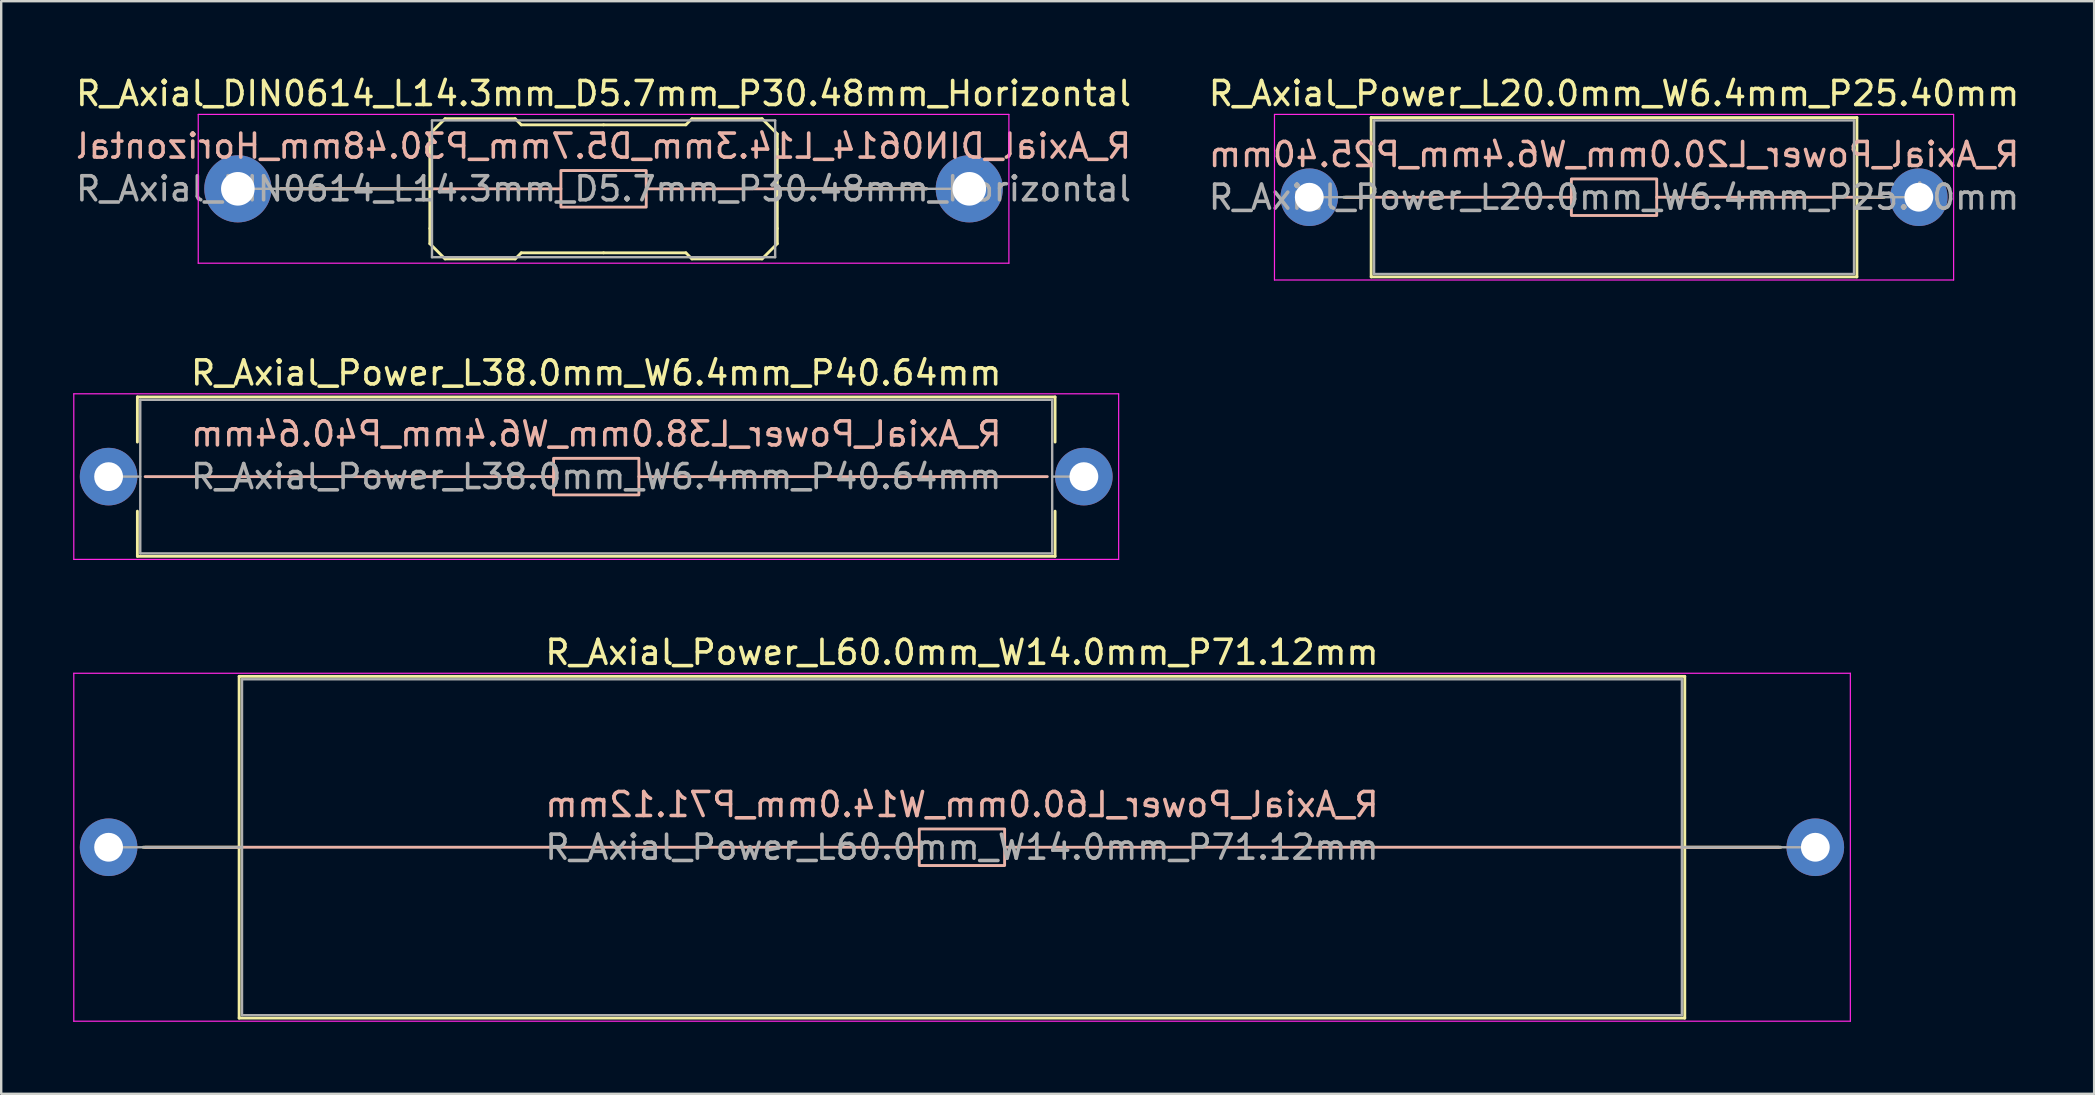
<source format=kicad_pcb>
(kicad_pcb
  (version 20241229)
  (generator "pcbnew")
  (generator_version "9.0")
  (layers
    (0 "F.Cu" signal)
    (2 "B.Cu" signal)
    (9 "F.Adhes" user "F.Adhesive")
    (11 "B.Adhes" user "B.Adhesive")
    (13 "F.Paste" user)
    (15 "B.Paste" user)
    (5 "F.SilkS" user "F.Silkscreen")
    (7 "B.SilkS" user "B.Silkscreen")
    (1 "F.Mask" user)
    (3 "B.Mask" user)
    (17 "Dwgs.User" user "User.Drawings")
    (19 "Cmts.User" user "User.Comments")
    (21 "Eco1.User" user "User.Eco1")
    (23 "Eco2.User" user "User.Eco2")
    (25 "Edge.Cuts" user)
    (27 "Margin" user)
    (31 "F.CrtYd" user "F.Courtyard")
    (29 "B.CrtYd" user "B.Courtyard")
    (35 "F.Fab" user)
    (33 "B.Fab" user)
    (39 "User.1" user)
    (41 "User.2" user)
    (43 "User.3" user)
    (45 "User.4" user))
  (footprint "R_Axial_Power_L60.0mm_W14.0mm_P71.12mm"
    (layer "F.Cu")
    (at 1.475 32.255)
    (property "Reference" "R_Axial_Power_L60.0mm_W14.0mm_P71.12mm" (at 35.56 -8.12 0) (layer "F.SilkS") (effects (font (size 1 1) (thickness 0.15))))
    (fp_line (start 1.44 0) (end 5.44 0) (stroke (width 0.12) (type solid)) (layer "F.SilkS"))
    (fp_line (start 5.44 -7.12) (end 5.44 7.12) (stroke (width 0.12) (type solid)) (layer "F.SilkS"))
    (fp_line (start 5.44 7.12) (end 65.68 7.12) (stroke (width 0.12) (type solid)) (layer "F.SilkS"))
    (fp_line (start 65.68 -7.12) (end 5.44 -7.12) (stroke (width 0.12) (type solid)) (layer "F.SilkS"))
    (fp_line (start 65.68 7.12) (end 65.68 -7.12) (stroke (width 0.12) (type solid)) (layer "F.SilkS"))
    (fp_line (start 69.68 0) (end 65.68 0) (stroke (width 0.12) (type solid)) (layer "F.SilkS"))
    (fp_line (start 33.782 0) (end 1.524 0) (stroke (width 0.12) (type solid)) (layer "B.SilkS"))
    (fp_line (start 37.338 0) (end 69.596 0) (stroke (width 0.12) (type solid)) (layer "B.SilkS"))
    (fp_rect (start 33.782 -0.762) (end 37.338 0.762) (stroke (width 0.12) (type solid)) (fill no) (layer "B.SilkS"))
    (fp_line (start -1.45 -7.25) (end -1.45 7.25) (stroke (width 0.05) (type solid)) (layer "F.CrtYd"))
    (fp_line (start -1.45 7.25) (end 72.58 7.25) (stroke (width 0.05) (type solid)) (layer "F.CrtYd"))
    (fp_line (start 72.58 -7.25) (end -1.45 -7.25) (stroke (width 0.05) (type solid)) (layer "F.CrtYd"))
    (fp_line (start 72.58 7.25) (end 72.58 -7.25) (stroke (width 0.05) (type solid)) (layer "F.CrtYd"))
    (fp_line (start 0 0) (end 5.56 0) (stroke (width 0.1) (type solid)) (layer "F.Fab"))
    (fp_line (start 5.56 -7) (end 5.56 7) (stroke (width 0.1) (type solid)) (layer "F.Fab"))
    (fp_line (start 5.56 7) (end 65.56 7) (stroke (width 0.1) (type solid)) (layer "F.Fab"))
    (fp_line (start 65.56 -7) (end 5.56 -7) (stroke (width 0.1) (type solid)) (layer "F.Fab"))
    (fp_line (start 65.56 7) (end 65.56 -7) (stroke (width 0.1) (type solid)) (layer "F.Fab"))
    (fp_line (start 71.12 0) (end 65.56 0) (stroke (width 0.1) (type solid)) (layer "F.Fab"))
    (fp_text user "${REFERENCE}" (at 35.56 -1.778 0) (layer "B.SilkS") (effects (font (size 1 1) (thickness 0.15)) (justify mirror)))
    (fp_text user "${REFERENCE}" (at 35.56 0 0) (layer "F.Fab") (effects (font (size 1 1) (thickness 0.15))))
    (pad "1" thru_hole circle (at 0 0) (size 2.4 2.4) (drill 1.2) (layers "*.Cu" "*.Mask"))
    (pad "2" thru_hole oval (at 71.12 0) (size 2.4 2.4) (drill 1.2) (layers "*.Cu" "*.Mask")))
  (footprint "R_Axial_DIN0614_L14.3mm_D5.7mm_P30.48mm_Horizontal"
    (layer "F.Cu")
    (at 6.861 4.818)
    (property "Reference" "R_Axial_DIN0614_L14.3mm_D5.7mm_P30.48mm_Horizontal" (at 15.24 -3.97 0) (layer "F.SilkS") (effects (font (size 1 1) (thickness 0.15))))
    (fp_line (start 6.858 0) (end 1.778 0) (stroke (width 0.12) (type solid)) (layer "F.SilkS"))
    (fp_line (start 6.858 0) (end 8.001 0) (stroke (width 0.12) (type solid)) (layer "F.SilkS"))
    (fp_line (start 8.001 -2.286) (end 8.001 -1.651) (stroke (width 0.12) (type solid)) (layer "F.SilkS"))
    (fp_line (start 8.001 -2.286) (end 8.636 -2.921) (stroke (width 0.12) (type solid)) (layer "F.SilkS"))
    (fp_line (start 8.001 1.651) (end 8.001 -1.651) (stroke (width 0.12) (type solid)) (layer "F.SilkS"))
    (fp_line (start 8.001 2.286) (end 8.001 1.651) (stroke (width 0.12) (type solid)) (layer "F.SilkS"))
    (fp_line (start 8.001 2.286) (end 8.636 2.921) (stroke (width 0.12) (type solid)) (layer "F.SilkS"))
    (fp_line (start 8.636 -2.921) (end 11.557 -2.921) (stroke (width 0.12) (type solid)) (layer "F.SilkS"))
    (fp_line (start 8.636 2.921) (end 11.557 2.921) (stroke (width 0.12) (type solid)) (layer "F.SilkS"))
    (fp_line (start 11.557 -2.921) (end 11.811 -2.667) (stroke (width 0.12) (type solid)) (layer "F.SilkS"))
    (fp_line (start 11.557 2.921) (end 11.811 2.667) (stroke (width 0.12) (type solid)) (layer "F.SilkS"))
    (fp_line (start 11.811 -2.667) (end 15.24 -2.667) (stroke (width 0.12) (type solid)) (layer "F.SilkS"))
    (fp_line (start 11.811 2.667) (end 15.24 2.667) (stroke (width 0.12) (type solid)) (layer "F.SilkS"))
    (fp_line (start 18.669 -2.667) (end 15.24 -2.667) (stroke (width 0.12) (type solid)) (layer "F.SilkS"))
    (fp_line (start 18.669 2.667) (end 15.24 2.667) (stroke (width 0.12) (type solid)) (layer "F.SilkS"))
    (fp_line (start 18.923 -2.921) (end 18.669 -2.667) (stroke (width 0.12) (type solid)) (layer "F.SilkS"))
    (fp_line (start 18.923 2.921) (end 18.669 2.667) (stroke (width 0.12) (type solid)) (layer "F.SilkS"))
    (fp_line (start 21.844 -2.921) (end 18.923 -2.921) (stroke (width 0.12) (type solid)) (layer "F.SilkS"))
    (fp_line (start 21.844 2.921) (end 18.923 2.921) (stroke (width 0.12) (type solid)) (layer "F.SilkS"))
    (fp_line (start 22.479 -2.286) (end 21.844 -2.921) (stroke (width 0.12) (type solid)) (layer "F.SilkS"))
    (fp_line (start 22.479 -2.286) (end 22.479 -1.651) (stroke (width 0.12) (type solid)) (layer "F.SilkS"))
    (fp_line (start 22.479 0) (end 28.702 0) (stroke (width 0.12) (type solid)) (layer "F.SilkS"))
    (fp_line (start 22.479 1.651) (end 22.479 -1.651) (stroke (width 0.12) (type solid)) (layer "F.SilkS"))
    (fp_line (start 22.479 2.286) (end 21.844 2.921) (stroke (width 0.12) (type solid)) (layer "F.SilkS"))
    (fp_line (start 22.479 2.286) (end 22.479 1.651) (stroke (width 0.12) (type solid)) (layer "F.SilkS"))
    (fp_line (start 13.462 0) (end 1.778 0) (stroke (width 0.12) (type solid)) (layer "B.SilkS"))
    (fp_line (start 17.018 0) (end 28.702 0) (stroke (width 0.12) (type solid)) (layer "B.SilkS"))
    (fp_rect (start 13.462 -0.762) (end 17.018 0.762) (stroke (width 0.12) (type solid)) (fill no) (layer "B.SilkS"))
    (fp_line (start -1.65 -3.1) (end -1.65 3.1) (stroke (width 0.05) (type solid)) (layer "F.CrtYd"))
    (fp_line (start -1.65 3.1) (end 32.13 3.1) (stroke (width 0.05) (type solid)) (layer "F.CrtYd"))
    (fp_line (start 32.13 -3.1) (end -1.65 -3.1) (stroke (width 0.05) (type solid)) (layer "F.CrtYd"))
    (fp_line (start 32.13 3.1) (end 32.13 -3.1) (stroke (width 0.05) (type solid)) (layer "F.CrtYd"))
    (fp_line (start 0 0) (end 8.09 0) (stroke (width 0.1) (type solid)) (layer "F.Fab"))
    (fp_line (start 8.09 -2.85) (end 8.09 2.85) (stroke (width 0.1) (type solid)) (layer "F.Fab"))
    (fp_line (start 8.09 2.85) (end 22.39 2.85) (stroke (width 0.1) (type solid)) (layer "F.Fab"))
    (fp_line (start 22.39 -2.85) (end 8.09 -2.85) (stroke (width 0.1) (type solid)) (layer "F.Fab"))
    (fp_line (start 22.39 2.85) (end 22.39 -2.85) (stroke (width 0.1) (type solid)) (layer "F.Fab"))
    (fp_line (start 30.48 0) (end 22.39 0) (stroke (width 0.1) (type solid)) (layer "F.Fab"))
    (fp_text user "${REFERENCE}" (at 15.24 -1.778 0) (layer "B.SilkS") (effects (font (size 1 1) (thickness 0.15)) (justify mirror)))
    (fp_text user "${REFERENCE}" (at 15.24 0 0) (layer "F.Fab") (effects (font (size 1 1) (thickness 0.15))))
    (pad "1" thru_hole circle (at 0 0) (size 2.8 2.8) (drill 1.4) (layers "*.Cu" "*.Mask"))
    (pad "2" thru_hole oval (at 30.48 0) (size 2.8 2.8) (drill 1.4) (layers "*.Cu" "*.Mask")))
  (footprint "R_Axial_Power_L38.0mm_W6.4mm_P40.64mm"
    (layer "F.Cu")
    (at 1.475 16.811)
    (property "Reference" "R_Axial_Power_L38.0mm_W6.4mm_P40.64mm" (at 20.32 -4.32 0) (layer "F.SilkS") (effects (font (size 1 1) (thickness 0.15))))
    (fp_line (start 1.2 -3.32) (end 39.44 -3.32) (stroke (width 0.12) (type solid)) (layer "F.SilkS"))
    (fp_line (start 1.2 -1.44) (end 1.2 -3.32) (stroke (width 0.12) (type solid)) (layer "F.SilkS"))
    (fp_line (start 1.2 1.44) (end 1.2 3.32) (stroke (width 0.12) (type solid)) (layer "F.SilkS"))
    (fp_line (start 1.2 3.32) (end 39.44 3.32) (stroke (width 0.12) (type solid)) (layer "F.SilkS"))
    (fp_line (start 39.44 -3.32) (end 39.44 -1.44) (stroke (width 0.12) (type solid)) (layer "F.SilkS"))
    (fp_line (start 39.44 3.32) (end 39.44 1.44) (stroke (width 0.12) (type solid)) (layer "F.SilkS"))
    (fp_line (start 18.542 0) (end 1.524 0) (stroke (width 0.12) (type solid)) (layer "B.SilkS"))
    (fp_line (start 22.098 0) (end 39.116 0) (stroke (width 0.12) (type solid)) (layer "B.SilkS"))
    (fp_rect (start 18.542 -0.762) (end 22.098 0.762) (stroke (width 0.12) (type solid)) (fill no) (layer "B.SilkS"))
    (fp_line (start -1.45 -3.45) (end -1.45 3.45) (stroke (width 0.05) (type solid)) (layer "F.CrtYd"))
    (fp_line (start -1.45 3.45) (end 42.09 3.45) (stroke (width 0.05) (type solid)) (layer "F.CrtYd"))
    (fp_line (start 42.09 -3.45) (end -1.45 -3.45) (stroke (width 0.05) (type solid)) (layer "F.CrtYd"))
    (fp_line (start 42.09 3.45) (end 42.09 -3.45) (stroke (width 0.05) (type solid)) (layer "F.CrtYd"))
    (fp_line (start 0 0) (end 1.32 0) (stroke (width 0.1) (type solid)) (layer "F.Fab"))
    (fp_line (start 1.32 -3.2) (end 1.32 3.2) (stroke (width 0.1) (type solid)) (layer "F.Fab"))
    (fp_line (start 1.32 3.2) (end 39.32 3.2) (stroke (width 0.1) (type solid)) (layer "F.Fab"))
    (fp_line (start 39.32 -3.2) (end 1.32 -3.2) (stroke (width 0.1) (type solid)) (layer "F.Fab"))
    (fp_line (start 39.32 3.2) (end 39.32 -3.2) (stroke (width 0.1) (type solid)) (layer "F.Fab"))
    (fp_line (start 40.64 0) (end 39.32 0) (stroke (width 0.1) (type solid)) (layer "F.Fab"))
    (fp_text user "${REFERENCE}" (at 20.32 -1.778 0) (layer "B.SilkS") (effects (font (size 1 1) (thickness 0.15)) (justify mirror)))
    (fp_text user "${REFERENCE}" (at 20.32 0 0) (layer "F.Fab") (effects (font (size 1 1) (thickness 0.15))))
    (pad "1" thru_hole circle (at 0 0) (size 2.4 2.4) (drill 1.2) (layers "*.Cu" "*.Mask"))
    (pad "2" thru_hole oval (at 40.64 0) (size 2.4 2.4) (drill 1.2) (layers "*.Cu" "*.Mask")))
  (footprint "R_Axial_Power_L20.0mm_W6.4mm_P25.40mm"
    (layer "F.Cu")
    (at 51.508 5.168)
    (property "Reference" "R_Axial_Power_L20.0mm_W6.4mm_P25.40mm" (at 12.7 -4.32 0) (layer "F.SilkS") (effects (font (size 1 1) (thickness 0.15))))
    (fp_line (start 1.44 0) (end 2.58 0) (stroke (width 0.12) (type solid)) (layer "F.SilkS"))
    (fp_line (start 2.58 -3.32) (end 2.58 3.32) (stroke (width 0.12) (type solid)) (layer "F.SilkS"))
    (fp_line (start 2.58 3.32) (end 22.82 3.32) (stroke (width 0.12) (type solid)) (layer "F.SilkS"))
    (fp_line (start 22.82 -3.32) (end 2.58 -3.32) (stroke (width 0.12) (type solid)) (layer "F.SilkS"))
    (fp_line (start 22.82 3.32) (end 22.82 -3.32) (stroke (width 0.12) (type solid)) (layer "F.SilkS"))
    (fp_line (start 23.96 0) (end 22.82 0) (stroke (width 0.12) (type solid)) (layer "F.SilkS"))
    (fp_line (start 10.922 0) (end 1.524 0) (stroke (width 0.12) (type solid)) (layer "B.SilkS"))
    (fp_line (start 14.478 0) (end 23.876 0) (stroke (width 0.12) (type solid)) (layer "B.SilkS"))
    (fp_rect (start 10.922 -0.762) (end 14.478 0.762) (stroke (width 0.12) (type solid)) (fill no) (layer "B.SilkS"))
    (fp_line (start -1.45 -3.45) (end -1.45 3.45) (stroke (width 0.05) (type solid)) (layer "F.CrtYd"))
    (fp_line (start -1.45 3.45) (end 26.85 3.45) (stroke (width 0.05) (type solid)) (layer "F.CrtYd"))
    (fp_line (start 26.85 -3.45) (end -1.45 -3.45) (stroke (width 0.05) (type solid)) (layer "F.CrtYd"))
    (fp_line (start 26.85 3.45) (end 26.85 -3.45) (stroke (width 0.05) (type solid)) (layer "F.CrtYd"))
    (fp_line (start 0 0) (end 2.7 0) (stroke (width 0.1) (type solid)) (layer "F.Fab"))
    (fp_line (start 2.7 -3.2) (end 2.7 3.2) (stroke (width 0.1) (type solid)) (layer "F.Fab"))
    (fp_line (start 2.7 3.2) (end 22.7 3.2) (stroke (width 0.1) (type solid)) (layer "F.Fab"))
    (fp_line (start 22.7 -3.2) (end 2.7 -3.2) (stroke (width 0.1) (type solid)) (layer "F.Fab"))
    (fp_line (start 22.7 3.2) (end 22.7 -3.2) (stroke (width 0.1) (type solid)) (layer "F.Fab"))
    (fp_line (start 25.4 0) (end 22.7 0) (stroke (width 0.1) (type solid)) (layer "F.Fab"))
    (fp_text user "${REFERENCE}" (at 12.7 -1.778 0) (layer "B.SilkS") (effects (font (size 1 1) (thickness 0.15)) (justify mirror)))
    (fp_text user "${REFERENCE}" (at 12.7 0 0) (layer "F.Fab") (effects (font (size 1 1) (thickness 0.15))))
    (pad "1" thru_hole circle (at 0 0) (size 2.4 2.4) (drill 1.2) (layers "*.Cu" "*.Mask"))
    (pad "2" thru_hole oval (at 25.4 0) (size 2.4 2.4) (drill 1.2) (layers "*.Cu" "*.Mask")))
  (gr_rect
    (start -3 -3)
    (end 84.214 42.53)
    (stroke (width 0.1) (type default))
    (fill no)
    (layer "Edge.Cuts")))
</source>
